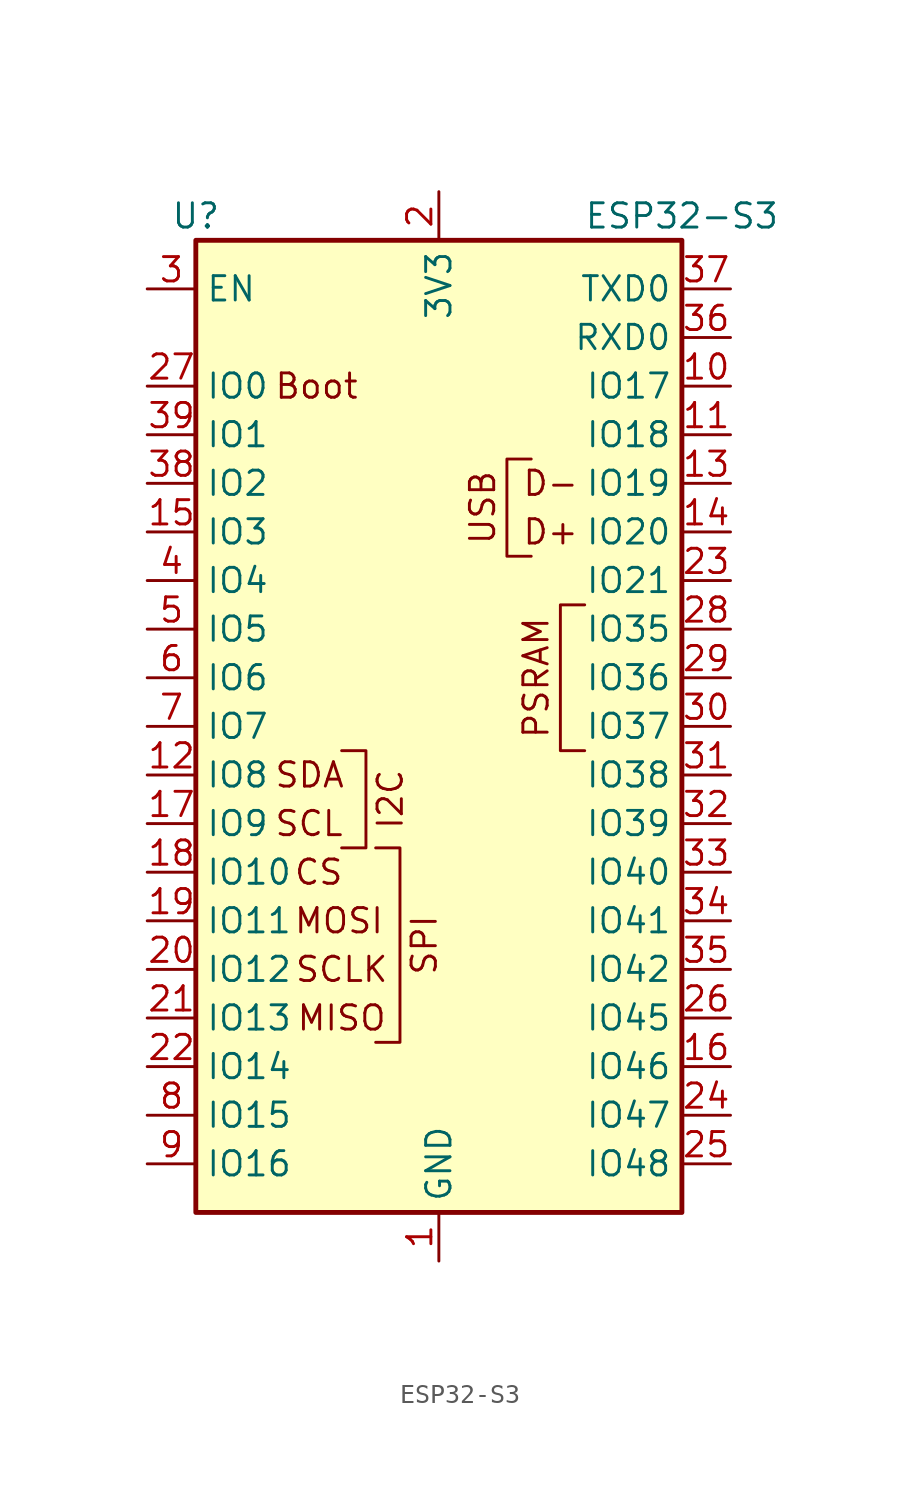
<source format=kicad_sym>
(kicad_symbol_lib
  (version 20231120)
  (generator "kicad_symbol_editor")
  (generator_version "8.0")
  (symbol "ESP32-S3"
    (property "Reference" "U"
      (at -12.7 26.67 0)
      (effects (font (size 1.27 1.27))))
    (property "Value" "ESP32-S3"
      (at 12.7 26.67 0)
      (effects (font (size 1.27 1.27))))
    (symbol "ESP32-S3_0_0"
      (rectangle (start -12.7 25.4) (end 12.7 -25.4) (stroke (width 0.254) (type default)) (fill (type background)))
      (text "PSRAM" (at 5.08 2.54 900) (effects (font (size 1.27 1.27)))))
    (symbol "ESP32-S3_0_1"
      (polyline (pts (xy -5.08 -1.27) (xy -3.81 -1.27) (xy -3.81 -6.35) (xy -5.08 -6.35)) (stroke (width 0) (type default)) (fill (type none)))
      (polyline (pts (xy -3.302 -6.35) (xy -2.032 -6.35) (xy -2.032 -16.51) (xy -3.302 -16.51)) (stroke (width 0) (type default)) (fill (type none)))
      (polyline (pts (xy 4.826 8.89) (xy 3.556 8.89) (xy 3.556 13.97) (xy 4.826 13.97)) (stroke (width 0) (type default)) (fill (type none)))
      (polyline (pts (xy 7.62 -1.27) (xy 6.35 -1.27) (xy 6.35 6.35) (xy 7.62 6.35)) (stroke (width 0) (type default)) (fill (type none))))
    (symbol "ESP32-S3_1_0"
      (text "Boot" (at -8.636 17.78 0) (effects (font (size 1.27 1.27)) (justify left)))
      (text "CS" (at -7.62 -7.62 0) (effects (font (size 1.27 1.27)) (justify left)))
      (text "D+" (at 7.366 10.16 0) (effects (font (size 1.27 1.27)) (justify right)))
      (text "D-" (at 7.366 12.7 0) (effects (font (size 1.27 1.27)) (justify right)))
      (text "I2C" (at -2.54 -3.81 900) (effects (font (size 1.27 1.27))))
      (text "MISO" (at -5.08 -15.24 0) (effects (font (size 1.27 1.27))))
      (text "MOSI" (at -7.62 -10.16 0) (effects (font (size 1.27 1.27)) (justify left)))
      (text "SCL" (at -8.636 -5.08 0) (effects (font (size 1.27 1.27)) (justify left)))
      (text "SCLK" (at -5.08 -12.7 0) (effects (font (size 1.27 1.27))))
      (text "SDA" (at -8.636 -2.54 0) (effects (font (size 1.27 1.27)) (justify left)))
      (text "SPI" (at -0.762 -11.43 900) (effects (font (size 1.27 1.27))))
      (text "USB" (at 2.286 11.43 900) (effects (font (size 1.27 1.27)))))
    (symbol "ESP32-S3_1_1"
      (pin power_in line (at 0 -27.94 90) (length 2.54) (name "GND" (effects (font (size 1.27 1.27)))) (number "1" (effects (font (size 1.27 1.27)))))
      (pin bidirectional line (at 15.24 17.78 180) (length 2.54) (name "IO17" (effects (font (size 1.27 1.27)))) (number "10" (effects (font (size 1.27 1.27)))))
      (pin bidirectional line (at 15.24 15.24 180) (length 2.54) (name "IO18" (effects (font (size 1.27 1.27)))) (number "11" (effects (font (size 1.27 1.27)))))
      (pin bidirectional line (at -15.24 -2.54 0) (length 2.54) (name "IO8" (effects (font (size 1.27 1.27)))) (number "12" (effects (font (size 1.27 1.27)))))
      (pin bidirectional line (at 15.24 12.7 180) (length 2.54) (name "IO19" (effects (font (size 1.27 1.27)))) (number "13" (effects (font (size 1.27 1.27)))))
      (pin bidirectional line (at 15.24 10.16 180) (length 2.54) (name "IO20" (effects (font (size 1.27 1.27)))) (number "14" (effects (font (size 1.27 1.27)))))
      (pin bidirectional line (at -15.24 10.16 0) (length 2.54) (name "IO3" (effects (font (size 1.27 1.27)))) (number "15" (effects (font (size 1.27 1.27)))))
      (pin bidirectional line (at 15.24 -17.78 180) (length 2.54) (name "IO46" (effects (font (size 1.27 1.27)))) (number "16" (effects (font (size 1.27 1.27)))))
      (pin bidirectional line (at -15.24 -5.08 0) (length 2.54) (name "IO9" (effects (font (size 1.27 1.27)))) (number "17" (effects (font (size 1.27 1.27)))))
      (pin bidirectional line (at -15.24 -7.62 0) (length 2.54) (name "IO10" (effects (font (size 1.27 1.27)))) (number "18" (effects (font (size 1.27 1.27)))))
      (pin bidirectional line (at -15.24 -10.16 0) (length 2.54) (name "IO11" (effects (font (size 1.27 1.27)))) (number "19" (effects (font (size 1.27 1.27)))))
      (pin power_in line (at 0 27.94 270) (length 2.54) (name "3V3" (effects (font (size 1.27 1.27)))) (number "2" (effects (font (size 1.27 1.27)))))
      (pin bidirectional line (at -15.24 -12.7 0) (length 2.54) (name "IO12" (effects (font (size 1.27 1.27)))) (number "20" (effects (font (size 1.27 1.27)))))
      (pin bidirectional line (at -15.24 -15.24 0) (length 2.54) (name "IO13" (effects (font (size 1.27 1.27)))) (number "21" (effects (font (size 1.27 1.27)))))
      (pin bidirectional line (at -15.24 -17.78 0) (length 2.54) (name "IO14" (effects (font (size 1.27 1.27)))) (number "22" (effects (font (size 1.27 1.27)))))
      (pin bidirectional line (at 15.24 7.62 180) (length 2.54) (name "IO21" (effects (font (size 1.27 1.27)))) (number "23" (effects (font (size 1.27 1.27)))))
      (pin bidirectional line (at 15.24 -20.32 180) (length 2.54) (name "IO47" (effects (font (size 1.27 1.27)))) (number "24" (effects (font (size 1.27 1.27)))))
      (pin bidirectional line (at 15.24 -22.86 180) (length 2.54) (name "IO48" (effects (font (size 1.27 1.27)))) (number "25" (effects (font (size 1.27 1.27)))))
      (pin bidirectional line (at 15.24 -15.24 180) (length 2.54) (name "IO45" (effects (font (size 1.27 1.27)))) (number "26" (effects (font (size 1.27 1.27)))))
      (pin bidirectional line (at -15.24 17.78 0) (length 2.54) (name "IO0" (effects (font (size 1.27 1.27)))) (number "27" (effects (font (size 1.27 1.27)))))
      (pin bidirectional line (at 15.24 5.08 180) (length 2.54) (name "IO35" (effects (font (size 1.27 1.27)))) (number "28" (effects (font (size 1.27 1.27)))))
      (pin bidirectional line (at 15.24 2.54 180) (length 2.54) (name "IO36" (effects (font (size 1.27 1.27)))) (number "29" (effects (font (size 1.27 1.27)))))
      (pin input line (at -15.24 22.86 0) (length 2.54) (name "EN" (effects (font (size 1.27 1.27)))) (number "3" (effects (font (size 1.27 1.27)))))
      (pin bidirectional line (at 15.24 0 180) (length 2.54) (name "IO37" (effects (font (size 1.27 1.27)))) (number "30" (effects (font (size 1.27 1.27)))))
      (pin bidirectional line (at 15.24 -2.54 180) (length 2.54) (name "IO38" (effects (font (size 1.27 1.27)))) (number "31" (effects (font (size 1.27 1.27)))))
      (pin bidirectional line (at 15.24 -5.08 180) (length 2.54) (name "IO39" (effects (font (size 1.27 1.27)))) (number "32" (effects (font (size 1.27 1.27)))))
      (pin bidirectional line (at 15.24 -7.62 180) (length 2.54) (name "IO40" (effects (font (size 1.27 1.27)))) (number "33" (effects (font (size 1.27 1.27)))))
      (pin bidirectional line (at 15.24 -10.16 180) (length 2.54) (name "IO41" (effects (font (size 1.27 1.27)))) (number "34" (effects (font (size 1.27 1.27)))))
      (pin bidirectional line (at 15.24 -12.7 180) (length 2.54) (name "IO42" (effects (font (size 1.27 1.27)))) (number "35" (effects (font (size 1.27 1.27)))))
      (pin bidirectional line (at 15.24 20.32 180) (length 2.54) (name "RXD0" (effects (font (size 1.27 1.27)))) (number "36" (effects (font (size 1.27 1.27)))))
      (pin bidirectional line (at 15.24 22.86 180) (length 2.54) (name "TXD0" (effects (font (size 1.27 1.27)))) (number "37" (effects (font (size 1.27 1.27)))))
      (pin bidirectional line (at -15.24 12.7 0) (length 2.54) (name "IO2" (effects (font (size 1.27 1.27)))) (number "38" (effects (font (size 1.27 1.27)))))
      (pin bidirectional line (at -15.24 15.24 0) (length 2.54) (name "IO1" (effects (font (size 1.27 1.27)))) (number "39" (effects (font (size 1.27 1.27)))))
      (pin bidirectional line (at -15.24 7.62 0) (length 2.54) (name "IO4" (effects (font (size 1.27 1.27)))) (number "4" (effects (font (size 1.27 1.27)))))
      (pin passive line (at 0 -27.94 90) (length 2.54) hide (name "GND" (effects (font (size 1.27 1.27)))) (number "40" (effects (font (size 1.27 1.27)))))
      (pin passive line (at 0 -27.94 90) (length 2.54) hide (name "GND" (effects (font (size 1.27 1.27)))) (number "41" (effects (font (size 1.27 1.27)))))
      (pin bidirectional line (at -15.24 5.08 0) (length 2.54) (name "IO5" (effects (font (size 1.27 1.27)))) (number "5" (effects (font (size 1.27 1.27)))))
      (pin bidirectional line (at -15.24 2.54 0) (length 2.54) (name "IO6" (effects (font (size 1.27 1.27)))) (number "6" (effects (font (size 1.27 1.27)))))
      (pin bidirectional line (at -15.24 0 0) (length 2.54) (name "IO7" (effects (font (size 1.27 1.27)))) (number "7" (effects (font (size 1.27 1.27)))))
      (pin bidirectional line (at -15.24 -20.32 0) (length 2.54) (name "IO15" (effects (font (size 1.27 1.27)))) (number "8" (effects (font (size 1.27 1.27)))))
      (pin bidirectional line (at -15.24 -22.86 0) (length 2.54) (name "IO16" (effects (font (size 1.27 1.27)))) (number "9" (effects (font (size 1.27 1.27))))))))
</source>
